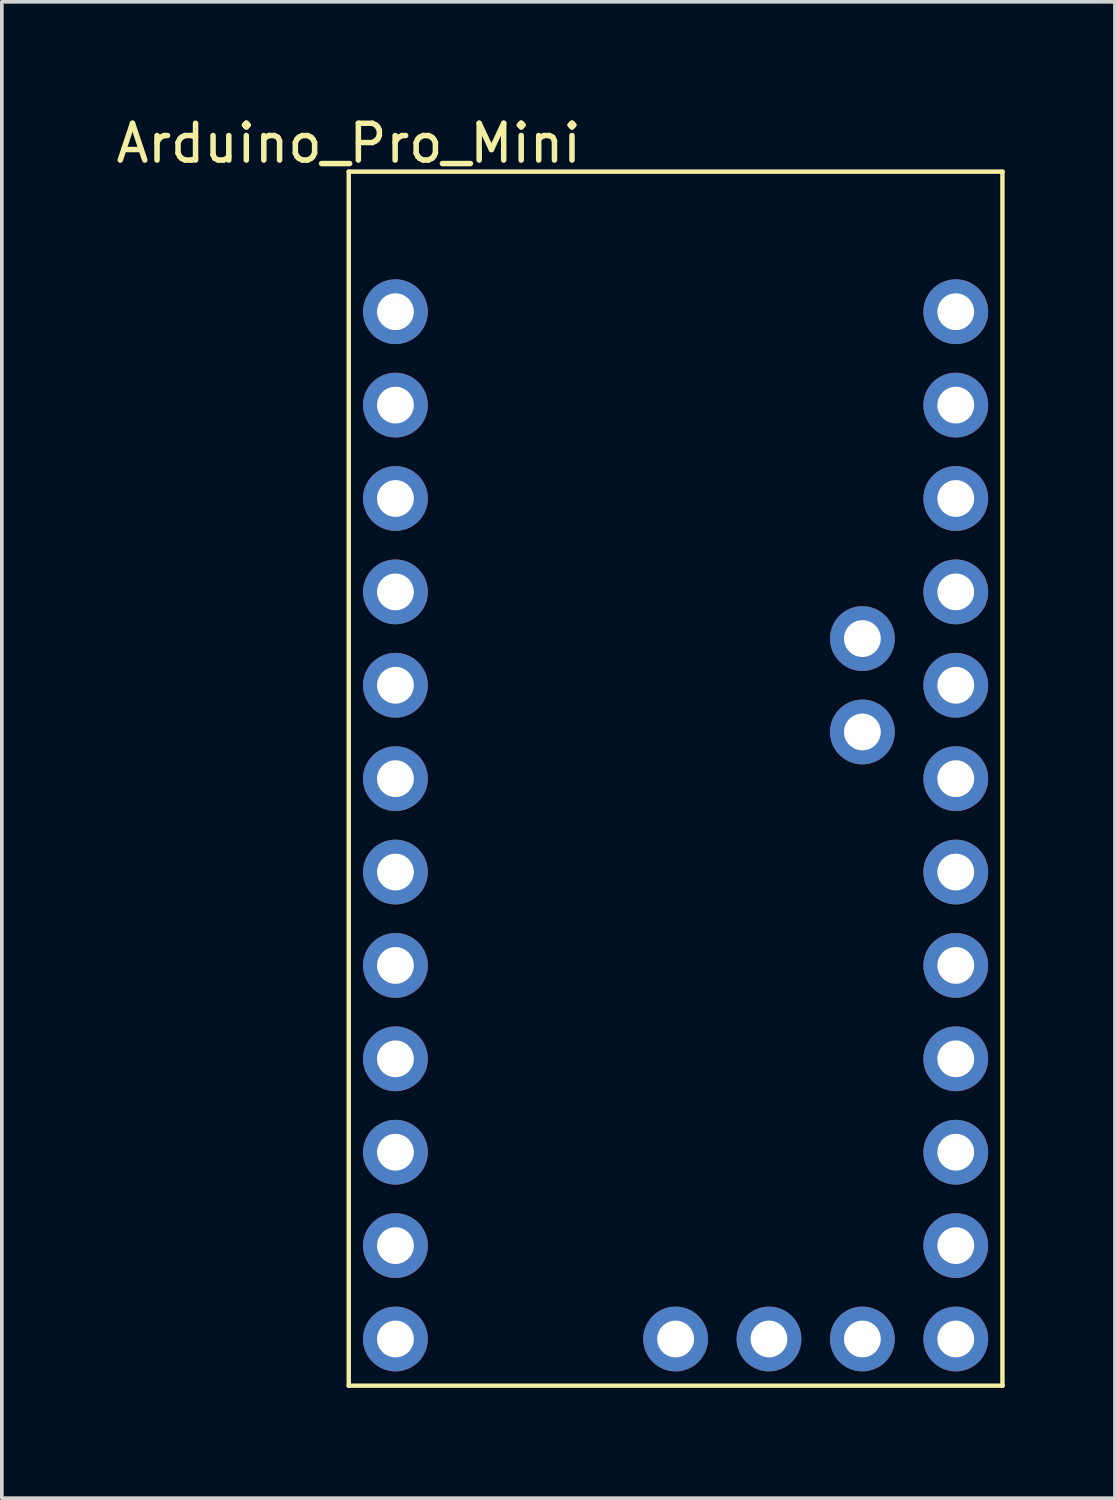
<source format=kicad_pcb>
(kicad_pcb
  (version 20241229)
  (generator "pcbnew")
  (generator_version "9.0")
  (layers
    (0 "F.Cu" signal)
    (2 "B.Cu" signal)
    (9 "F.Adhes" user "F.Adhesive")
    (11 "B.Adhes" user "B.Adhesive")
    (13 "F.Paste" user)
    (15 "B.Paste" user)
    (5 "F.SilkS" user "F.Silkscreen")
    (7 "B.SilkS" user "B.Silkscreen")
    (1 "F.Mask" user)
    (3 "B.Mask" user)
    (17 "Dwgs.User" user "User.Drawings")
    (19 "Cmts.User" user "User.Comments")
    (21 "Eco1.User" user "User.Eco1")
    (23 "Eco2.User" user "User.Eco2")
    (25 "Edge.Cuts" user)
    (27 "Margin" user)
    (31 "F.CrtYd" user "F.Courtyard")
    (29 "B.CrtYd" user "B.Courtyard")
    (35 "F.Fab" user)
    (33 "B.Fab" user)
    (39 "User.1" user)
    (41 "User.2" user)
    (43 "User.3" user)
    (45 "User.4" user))
  (footprint "Arduino_Pro_Mini"
    (layer "F.Cu")
    (at 6.435 0.348)
    (property "Reference" "Arduino_Pro_Mini" (at 0 0.5 0) (layer "F.SilkS") (effects (font (size 1 1) (thickness 0.15))))
    (attr through_hole)
    (fp_line (start 0 1.27) (end 0 34.29) (stroke (width 0.12) (type solid)) (layer "F.SilkS"))
    (fp_line (start 0 34.29) (end 17.78 34.29) (stroke (width 0.12) (type solid)) (layer "F.SilkS"))
    (fp_line (start 17.78 1.27) (end 0 1.27) (stroke (width 0.12) (type solid)) (layer "F.SilkS"))
    (fp_line (start 17.78 1.27) (end 17.78 34.29) (stroke (width 0.12) (type solid)) (layer "F.SilkS"))
    (pad "1" thru_hole circle (at 1.27 5.08) (size 1.762 1.762) (drill 1) (layers "*.Cu" "*.Mask"))
    (pad "2" thru_hole circle (at 1.27 7.62) (size 1.762 1.762) (drill 1) (layers "*.Cu" "*.Mask"))
    (pad "3" thru_hole circle (at 1.27 10.16) (size 1.762 1.762) (drill 1) (layers "*.Cu" "*.Mask"))
    (pad "4" thru_hole circle (at 1.27 12.7) (size 1.762 1.762) (drill 1) (layers "*.Cu" "*.Mask"))
    (pad "5" thru_hole circle (at 1.27 15.24) (size 1.762 1.762) (drill 1) (layers "*.Cu" "*.Mask"))
    (pad "6" thru_hole circle (at 1.27 17.78) (size 1.762 1.762) (drill 1) (layers "*.Cu" "*.Mask"))
    (pad "7" thru_hole circle (at 1.27 20.32) (size 1.762 1.762) (drill 1) (layers "*.Cu" "*.Mask"))
    (pad "8" thru_hole circle (at 1.27 22.86) (size 1.762 1.762) (drill 1) (layers "*.Cu" "*.Mask"))
    (pad "9" thru_hole circle (at 1.27 25.4) (size 1.762 1.762) (drill 1) (layers "*.Cu" "*.Mask"))
    (pad "10" thru_hole circle (at 1.27 27.94) (size 1.762 1.762) (drill 1) (layers "*.Cu" "*.Mask"))
    (pad "11" thru_hole circle (at 1.27 30.48) (size 1.762 1.762) (drill 1) (layers "*.Cu" "*.Mask"))
    (pad "12" thru_hole circle (at 1.27 33.02) (size 1.762 1.762) (drill 1) (layers "*.Cu" "*.Mask"))
    (pad "13" thru_hole circle (at 8.89 33.02) (size 1.762 1.762) (drill 1) (layers "*.Cu" "*.Mask"))
    (pad "14" thru_hole circle (at 11.43 33.02) (size 1.762 1.762) (drill 1) (layers "*.Cu" "*.Mask"))
    (pad "15" thru_hole circle (at 13.97 33.02) (size 1.762 1.762) (drill 1) (layers "*.Cu" "*.Mask"))
    (pad "16" thru_hole circle (at 16.51 33.02) (size 1.762 1.762) (drill 1) (layers "*.Cu" "*.Mask"))
    (pad "17" thru_hole circle (at 16.51 30.48) (size 1.762 1.762) (drill 1) (layers "*.Cu" "*.Mask"))
    (pad "18" thru_hole circle (at 16.51 27.94) (size 1.762 1.762) (drill 1) (layers "*.Cu" "*.Mask"))
    (pad "19" thru_hole circle (at 16.51 25.4) (size 1.762 1.762) (drill 1) (layers "*.Cu" "*.Mask"))
    (pad "20" thru_hole circle (at 16.51 22.86) (size 1.762 1.762) (drill 1) (layers "*.Cu" "*.Mask"))
    (pad "21" thru_hole circle (at 16.51 20.32) (size 1.762 1.762) (drill 1) (layers "*.Cu" "*.Mask"))
    (pad "22" thru_hole circle (at 16.51 17.78) (size 1.762 1.762) (drill 1) (layers "*.Cu" "*.Mask"))
    (pad "23" thru_hole circle (at 16.51 15.24) (size 1.762 1.762) (drill 1) (layers "*.Cu" "*.Mask"))
    (pad "24" thru_hole circle (at 16.51 12.7) (size 1.762 1.762) (drill 1) (layers "*.Cu" "*.Mask"))
    (pad "25" thru_hole circle (at 16.51 10.16) (size 1.762 1.762) (drill 1) (layers "*.Cu" "*.Mask"))
    (pad "26" thru_hole circle (at 16.51 7.62) (size 1.762 1.762) (drill 1) (layers "*.Cu" "*.Mask"))
    (pad "27" thru_hole circle (at 16.51 5.08) (size 1.762 1.762) (drill 1) (layers "*.Cu" "*.Mask"))
    (pad "28" thru_hole circle (at 13.97 16.51) (size 1.762 1.762) (drill 1) (layers "*.Cu" "*.Mask"))
    (pad "29" thru_hole circle (at 13.97 13.97) (size 1.762 1.762) (drill 1) (layers "*.Cu" "*.Mask")))
  (gr_rect
    (start -3 -3)
    (end 27.275 37.698)
    (stroke (width 0.1) (type default))
    (fill no)
    (layer "Edge.Cuts")))
</source>
